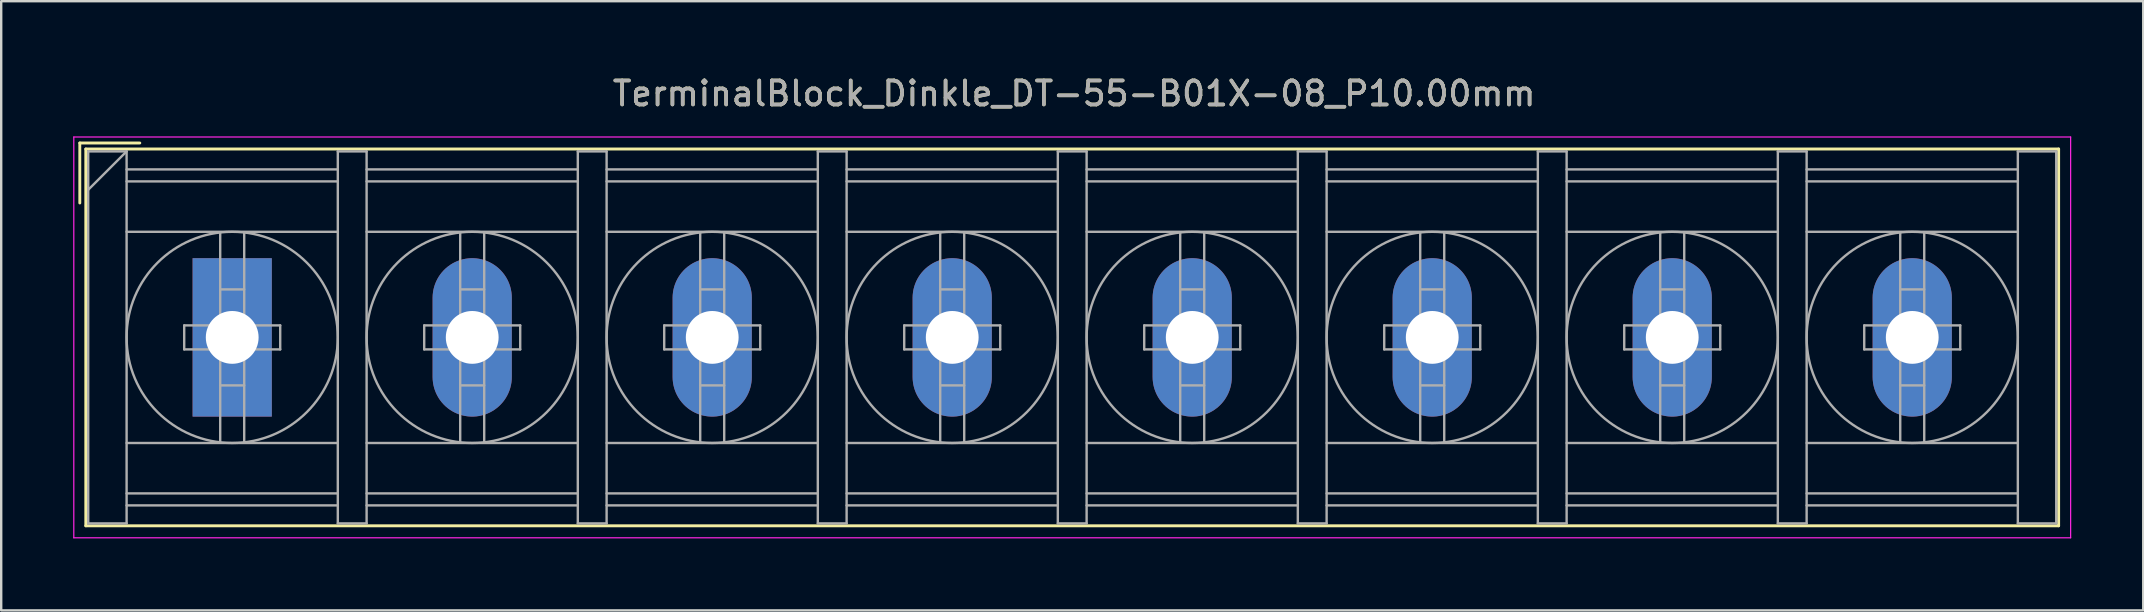
<source format=kicad_pcb>
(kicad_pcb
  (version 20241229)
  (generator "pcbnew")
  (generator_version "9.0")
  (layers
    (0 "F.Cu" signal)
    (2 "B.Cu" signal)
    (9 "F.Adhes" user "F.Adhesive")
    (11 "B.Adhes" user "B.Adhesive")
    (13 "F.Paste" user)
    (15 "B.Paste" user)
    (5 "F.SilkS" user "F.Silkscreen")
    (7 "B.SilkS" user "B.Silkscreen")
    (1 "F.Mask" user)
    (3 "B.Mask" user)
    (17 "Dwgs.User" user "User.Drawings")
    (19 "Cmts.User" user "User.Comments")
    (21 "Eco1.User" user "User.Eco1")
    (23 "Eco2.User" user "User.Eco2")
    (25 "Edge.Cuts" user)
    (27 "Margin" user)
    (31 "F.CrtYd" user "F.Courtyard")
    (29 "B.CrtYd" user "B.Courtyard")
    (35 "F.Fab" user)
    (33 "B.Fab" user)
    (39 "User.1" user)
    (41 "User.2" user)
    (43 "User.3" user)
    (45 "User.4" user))
  (footprint "TerminalBlock_Dinkle_DT-55-B01X-08_P10.00mm"
    (layer "F.Cu")
    (at 6.625 11.008)
    (property "Reference" "TerminalBlock_Dinkle_DT-55-B01X-08_P10.00mm" (at 35.08 -10.16 0) (layer "F.SilkS") (effects (font (size 1 1) (thickness 0.15))))
    (attr through_hole)
    (fp_line (start -6.35 -8.1) (end -3.85 -8.1) (stroke (width 0.12) (type solid)) (layer "F.SilkS"))
    (fp_line (start -6.35 -5.6) (end -6.35 -8.1) (stroke (width 0.12) (type solid)) (layer "F.SilkS"))
    (fp_line (start -6.1 -7.85) (end 76.1 -7.85) (stroke (width 0.12) (type solid)) (layer "F.SilkS"))
    (fp_line (start -6.1 7.85) (end -6.1 -7.85) (stroke (width 0.12) (type solid)) (layer "F.SilkS"))
    (fp_line (start -6.1 7.85) (end 76.1 7.85) (stroke (width 0.12) (type solid)) (layer "F.SilkS"))
    (fp_line (start 76.1 -7.85) (end 76.1 7.85) (stroke (width 0.12) (type solid)) (layer "F.SilkS"))
    (fp_line (start -6.6 -8.35) (end 76.6 -8.35) (stroke (width 0.05) (type solid)) (layer "F.CrtYd"))
    (fp_line (start -6.6 8.35) (end -6.6 -8.35) (stroke (width 0.05) (type solid)) (layer "F.CrtYd"))
    (fp_line (start -6.6 8.35) (end 76.6 8.35) (stroke (width 0.05) (type solid)) (layer "F.CrtYd"))
    (fp_line (start 76.6 -8.35) (end 76.6 8.35) (stroke (width 0.05) (type solid)) (layer "F.CrtYd"))
    (fp_line (start -6 -7.75) (end -6 7.75) (stroke (width 0.1) (type solid)) (layer "F.Fab"))
    (fp_line (start -6 -7.75) (end -4.4 -7.75) (stroke (width 0.1) (type solid)) (layer "F.Fab"))
    (fp_line (start -6 7.75) (end -4.4 7.75) (stroke (width 0.1) (type solid)) (layer "F.Fab"))
    (fp_line (start -4.4 -7.75) (end -6 -6.15) (stroke (width 0.1) (type solid)) (layer "F.Fab"))
    (fp_line (start -4.4 -7.75) (end -4.4 7.75) (stroke (width 0.1) (type solid)) (layer "F.Fab"))
    (fp_line (start -4.4 -7) (end 4.4 -7) (stroke (width 0.1) (type solid)) (layer "F.Fab"))
    (fp_line (start -4.4 -6.5) (end 4.4 -6.5) (stroke (width 0.1) (type solid)) (layer "F.Fab"))
    (fp_line (start -4.4 -4.4) (end 4.4 -4.4) (stroke (width 0.1) (type solid)) (layer "F.Fab"))
    (fp_line (start -4.4 4.4) (end 4.4 4.4) (stroke (width 0.1) (type solid)) (layer "F.Fab"))
    (fp_line (start -4.4 6.5) (end 4.4 6.5) (stroke (width 0.1) (type solid)) (layer "F.Fab"))
    (fp_line (start -4.4 7) (end 4.4 7) (stroke (width 0.1) (type solid)) (layer "F.Fab"))
    (fp_line (start -2 -0.5) (end -2 0.5) (stroke (width 0.1) (type solid)) (layer "F.Fab"))
    (fp_line (start -2 0.5) (end -0.5 0.5) (stroke (width 0.1) (type solid)) (layer "F.Fab"))
    (fp_line (start -0.5 -4.35) (end -0.5 -0.5) (stroke (width 0.1) (type solid)) (layer "F.Fab"))
    (fp_line (start -0.5 -2) (end 0.5 -2) (stroke (width 0.1) (type solid)) (layer "F.Fab"))
    (fp_line (start -0.5 -0.5) (end -2 -0.5) (stroke (width 0.1) (type solid)) (layer "F.Fab"))
    (fp_line (start -0.5 0.5) (end -0.5 4.35) (stroke (width 0.1) (type solid)) (layer "F.Fab"))
    (fp_line (start -0.5 2) (end 0.5 2) (stroke (width 0.1) (type solid)) (layer "F.Fab"))
    (fp_line (start 0.5 -4.35) (end 0.5 -0.5) (stroke (width 0.1) (type solid)) (layer "F.Fab"))
    (fp_line (start 0.5 -0.5) (end 2 -0.5) (stroke (width 0.1) (type solid)) (layer "F.Fab"))
    (fp_line (start 0.5 0.5) (end 0.5 4.35) (stroke (width 0.1) (type solid)) (layer "F.Fab"))
    (fp_line (start 2 -0.5) (end 2 0.5) (stroke (width 0.1) (type solid)) (layer "F.Fab"))
    (fp_line (start 2 0.5) (end 0.5 0.5) (stroke (width 0.1) (type solid)) (layer "F.Fab"))
    (fp_line (start 4.4 -7.75) (end 4.4 7.75) (stroke (width 0.1) (type solid)) (layer "F.Fab"))
    (fp_line (start 4.4 -7.75) (end 5.6 -7.75) (stroke (width 0.1) (type solid)) (layer "F.Fab"))
    (fp_line (start 4.4 7.75) (end 5.6 7.75) (stroke (width 0.1) (type solid)) (layer "F.Fab"))
    (fp_line (start 5.6 -7.75) (end 5.6 7.75) (stroke (width 0.1) (type solid)) (layer "F.Fab"))
    (fp_line (start 5.6 -7) (end 14.4 -7) (stroke (width 0.1) (type solid)) (layer "F.Fab"))
    (fp_line (start 5.6 -6.5) (end 14.4 -6.5) (stroke (width 0.1) (type solid)) (layer "F.Fab"))
    (fp_line (start 5.6 -4.4) (end 14.4 -4.4) (stroke (width 0.1) (type solid)) (layer "F.Fab"))
    (fp_line (start 5.6 4.4) (end 14.4 4.4) (stroke (width 0.1) (type solid)) (layer "F.Fab"))
    (fp_line (start 5.6 6.5) (end 14.4 6.5) (stroke (width 0.1) (type solid)) (layer "F.Fab"))
    (fp_line (start 5.6 7) (end 14.4 7) (stroke (width 0.1) (type solid)) (layer "F.Fab"))
    (fp_line (start 8 -0.5) (end 8 0.5) (stroke (width 0.1) (type solid)) (layer "F.Fab"))
    (fp_line (start 8 0.5) (end 9.5 0.5) (stroke (width 0.1) (type solid)) (layer "F.Fab"))
    (fp_line (start 9.5 -4.35) (end 9.5 -0.5) (stroke (width 0.1) (type solid)) (layer "F.Fab"))
    (fp_line (start 9.5 -2) (end 10.5 -2) (stroke (width 0.1) (type solid)) (layer "F.Fab"))
    (fp_line (start 9.5 -0.5) (end 8 -0.5) (stroke (width 0.1) (type solid)) (layer "F.Fab"))
    (fp_line (start 9.5 0.5) (end 9.5 4.35) (stroke (width 0.1) (type solid)) (layer "F.Fab"))
    (fp_line (start 9.5 2) (end 10.5 2) (stroke (width 0.1) (type solid)) (layer "F.Fab"))
    (fp_line (start 10.5 -4.35) (end 10.5 -0.5) (stroke (width 0.1) (type solid)) (layer "F.Fab"))
    (fp_line (start 10.5 -0.5) (end 12 -0.5) (stroke (width 0.1) (type solid)) (layer "F.Fab"))
    (fp_line (start 10.5 0.5) (end 10.5 4.35) (stroke (width 0.1) (type solid)) (layer "F.Fab"))
    (fp_line (start 12 -0.5) (end 12 0.5) (stroke (width 0.1) (type solid)) (layer "F.Fab"))
    (fp_line (start 12 0.5) (end 10.5 0.5) (stroke (width 0.1) (type solid)) (layer "F.Fab"))
    (fp_line (start 14.4 -7.75) (end 14.4 7.75) (stroke (width 0.1) (type solid)) (layer "F.Fab"))
    (fp_line (start 14.4 -7.75) (end 15.6 -7.75) (stroke (width 0.1) (type solid)) (layer "F.Fab"))
    (fp_line (start 14.4 7.75) (end 15.6 7.75) (stroke (width 0.1) (type solid)) (layer "F.Fab"))
    (fp_line (start 15.6 -7.75) (end 15.6 7.75) (stroke (width 0.1) (type solid)) (layer "F.Fab"))
    (fp_line (start 15.6 -7) (end 24.4 -7) (stroke (width 0.1) (type solid)) (layer "F.Fab"))
    (fp_line (start 15.6 -6.5) (end 24.4 -6.5) (stroke (width 0.1) (type solid)) (layer "F.Fab"))
    (fp_line (start 15.6 -4.4) (end 24.4 -4.4) (stroke (width 0.1) (type solid)) (layer "F.Fab"))
    (fp_line (start 15.6 4.4) (end 24.4 4.4) (stroke (width 0.1) (type solid)) (layer "F.Fab"))
    (fp_line (start 15.6 6.5) (end 24.4 6.5) (stroke (width 0.1) (type solid)) (layer "F.Fab"))
    (fp_line (start 15.6 7) (end 24.4 7) (stroke (width 0.1) (type solid)) (layer "F.Fab"))
    (fp_line (start 18 -0.5) (end 18 0.5) (stroke (width 0.1) (type solid)) (layer "F.Fab"))
    (fp_line (start 18 0.5) (end 19.5 0.5) (stroke (width 0.1) (type solid)) (layer "F.Fab"))
    (fp_line (start 19.5 -4.35) (end 19.5 -0.5) (stroke (width 0.1) (type solid)) (layer "F.Fab"))
    (fp_line (start 19.5 -2) (end 20.5 -2) (stroke (width 0.1) (type solid)) (layer "F.Fab"))
    (fp_line (start 19.5 -0.5) (end 18 -0.5) (stroke (width 0.1) (type solid)) (layer "F.Fab"))
    (fp_line (start 19.5 0.5) (end 19.5 4.35) (stroke (width 0.1) (type solid)) (layer "F.Fab"))
    (fp_line (start 19.5 2) (end 20.5 2) (stroke (width 0.1) (type solid)) (layer "F.Fab"))
    (fp_line (start 20.5 -4.35) (end 20.5 -0.5) (stroke (width 0.1) (type solid)) (layer "F.Fab"))
    (fp_line (start 20.5 -0.5) (end 22 -0.5) (stroke (width 0.1) (type solid)) (layer "F.Fab"))
    (fp_line (start 20.5 0.5) (end 20.5 4.35) (stroke (width 0.1) (type solid)) (layer "F.Fab"))
    (fp_line (start 22 -0.5) (end 22 0.5) (stroke (width 0.1) (type solid)) (layer "F.Fab"))
    (fp_line (start 22 0.5) (end 20.5 0.5) (stroke (width 0.1) (type solid)) (layer "F.Fab"))
    (fp_line (start 24.4 -7.75) (end 24.4 7.75) (stroke (width 0.1) (type solid)) (layer "F.Fab"))
    (fp_line (start 24.4 -7.75) (end 25.6 -7.75) (stroke (width 0.1) (type solid)) (layer "F.Fab"))
    (fp_line (start 24.4 7.75) (end 25.6 7.75) (stroke (width 0.1) (type solid)) (layer "F.Fab"))
    (fp_line (start 25.6 -7.75) (end 25.6 7.75) (stroke (width 0.1) (type solid)) (layer "F.Fab"))
    (fp_line (start 25.6 -7) (end 34.4 -7) (stroke (width 0.1) (type solid)) (layer "F.Fab"))
    (fp_line (start 25.6 -6.5) (end 34.4 -6.5) (stroke (width 0.1) (type solid)) (layer "F.Fab"))
    (fp_line (start 25.6 -4.4) (end 34.4 -4.4) (stroke (width 0.1) (type solid)) (layer "F.Fab"))
    (fp_line (start 25.6 4.4) (end 34.4 4.4) (stroke (width 0.1) (type solid)) (layer "F.Fab"))
    (fp_line (start 25.6 6.5) (end 34.4 6.5) (stroke (width 0.1) (type solid)) (layer "F.Fab"))
    (fp_line (start 25.6 7) (end 34.4 7) (stroke (width 0.1) (type solid)) (layer "F.Fab"))
    (fp_line (start 28 -0.5) (end 28 0.5) (stroke (width 0.1) (type solid)) (layer "F.Fab"))
    (fp_line (start 28 0.5) (end 29.5 0.5) (stroke (width 0.1) (type solid)) (layer "F.Fab"))
    (fp_line (start 29.5 -4.35) (end 29.5 -0.5) (stroke (width 0.1) (type solid)) (layer "F.Fab"))
    (fp_line (start 29.5 -2) (end 30.5 -2) (stroke (width 0.1) (type solid)) (layer "F.Fab"))
    (fp_line (start 29.5 -0.5) (end 28 -0.5) (stroke (width 0.1) (type solid)) (layer "F.Fab"))
    (fp_line (start 29.5 0.5) (end 29.5 4.35) (stroke (width 0.1) (type solid)) (layer "F.Fab"))
    (fp_line (start 29.5 2) (end 30.5 2) (stroke (width 0.1) (type solid)) (layer "F.Fab"))
    (fp_line (start 30.5 -4.35) (end 30.5 -0.5) (stroke (width 0.1) (type solid)) (layer "F.Fab"))
    (fp_line (start 30.5 -0.5) (end 32 -0.5) (stroke (width 0.1) (type solid)) (layer "F.Fab"))
    (fp_line (start 30.5 0.5) (end 30.5 4.35) (stroke (width 0.1) (type solid)) (layer "F.Fab"))
    (fp_line (start 32 -0.5) (end 32 0.5) (stroke (width 0.1) (type solid)) (layer "F.Fab"))
    (fp_line (start 32 0.5) (end 30.5 0.5) (stroke (width 0.1) (type solid)) (layer "F.Fab"))
    (fp_line (start 34.4 -7.75) (end 34.4 7.75) (stroke (width 0.1) (type solid)) (layer "F.Fab"))
    (fp_line (start 34.4 -7.75) (end 35.6 -7.75) (stroke (width 0.1) (type solid)) (layer "F.Fab"))
    (fp_line (start 34.4 7.75) (end 35.6 7.75) (stroke (width 0.1) (type solid)) (layer "F.Fab"))
    (fp_line (start 35.6 -7.75) (end 35.6 7.75) (stroke (width 0.1) (type solid)) (layer "F.Fab"))
    (fp_line (start 35.6 -7) (end 44.4 -7) (stroke (width 0.1) (type solid)) (layer "F.Fab"))
    (fp_line (start 35.6 -6.5) (end 44.4 -6.5) (stroke (width 0.1) (type solid)) (layer "F.Fab"))
    (fp_line (start 35.6 -4.4) (end 44.4 -4.4) (stroke (width 0.1) (type solid)) (layer "F.Fab"))
    (fp_line (start 35.6 4.4) (end 44.4 4.4) (stroke (width 0.1) (type solid)) (layer "F.Fab"))
    (fp_line (start 35.6 6.5) (end 44.4 6.5) (stroke (width 0.1) (type solid)) (layer "F.Fab"))
    (fp_line (start 35.6 7) (end 44.4 7) (stroke (width 0.1) (type solid)) (layer "F.Fab"))
    (fp_line (start 38 -0.5) (end 38 0.5) (stroke (width 0.1) (type solid)) (layer "F.Fab"))
    (fp_line (start 38 0.5) (end 39.5 0.5) (stroke (width 0.1) (type solid)) (layer "F.Fab"))
    (fp_line (start 39.5 -4.35) (end 39.5 -0.5) (stroke (width 0.1) (type solid)) (layer "F.Fab"))
    (fp_line (start 39.5 -2) (end 40.5 -2) (stroke (width 0.1) (type solid)) (layer "F.Fab"))
    (fp_line (start 39.5 -0.5) (end 38 -0.5) (stroke (width 0.1) (type solid)) (layer "F.Fab"))
    (fp_line (start 39.5 0.5) (end 39.5 4.35) (stroke (width 0.1) (type solid)) (layer "F.Fab"))
    (fp_line (start 39.5 2) (end 40.5 2) (stroke (width 0.1) (type solid)) (layer "F.Fab"))
    (fp_line (start 40.5 -4.35) (end 40.5 -0.5) (stroke (width 0.1) (type solid)) (layer "F.Fab"))
    (fp_line (start 40.5 -0.5) (end 42 -0.5) (stroke (width 0.1) (type solid)) (layer "F.Fab"))
    (fp_line (start 40.5 0.5) (end 40.5 4.35) (stroke (width 0.1) (type solid)) (layer "F.Fab"))
    (fp_line (start 42 -0.5) (end 42 0.5) (stroke (width 0.1) (type solid)) (layer "F.Fab"))
    (fp_line (start 42 0.5) (end 40.5 0.5) (stroke (width 0.1) (type solid)) (layer "F.Fab"))
    (fp_line (start 44.4 -7.75) (end 44.4 7.75) (stroke (width 0.1) (type solid)) (layer "F.Fab"))
    (fp_line (start 44.4 -7.75) (end 45.6 -7.75) (stroke (width 0.1) (type solid)) (layer "F.Fab"))
    (fp_line (start 44.4 7.75) (end 45.6 7.75) (stroke (width 0.1) (type solid)) (layer "F.Fab"))
    (fp_line (start 45.6 -7.75) (end 45.6 7.75) (stroke (width 0.1) (type solid)) (layer "F.Fab"))
    (fp_line (start 45.6 -7) (end 54.4 -7) (stroke (width 0.1) (type solid)) (layer "F.Fab"))
    (fp_line (start 45.6 -6.5) (end 54.4 -6.5) (stroke (width 0.1) (type solid)) (layer "F.Fab"))
    (fp_line (start 45.6 -4.4) (end 54.4 -4.4) (stroke (width 0.1) (type solid)) (layer "F.Fab"))
    (fp_line (start 45.6 4.4) (end 54.4 4.4) (stroke (width 0.1) (type solid)) (layer "F.Fab"))
    (fp_line (start 45.6 6.5) (end 54.4 6.5) (stroke (width 0.1) (type solid)) (layer "F.Fab"))
    (fp_line (start 45.6 7) (end 54.4 7) (stroke (width 0.1) (type solid)) (layer "F.Fab"))
    (fp_line (start 48 -0.5) (end 48 0.5) (stroke (width 0.1) (type solid)) (layer "F.Fab"))
    (fp_line (start 48 0.5) (end 49.5 0.5) (stroke (width 0.1) (type solid)) (layer "F.Fab"))
    (fp_line (start 49.5 -4.35) (end 49.5 -0.5) (stroke (width 0.1) (type solid)) (layer "F.Fab"))
    (fp_line (start 49.5 -2) (end 50.5 -2) (stroke (width 0.1) (type solid)) (layer "F.Fab"))
    (fp_line (start 49.5 -0.5) (end 48 -0.5) (stroke (width 0.1) (type solid)) (layer "F.Fab"))
    (fp_line (start 49.5 0.5) (end 49.5 4.35) (stroke (width 0.1) (type solid)) (layer "F.Fab"))
    (fp_line (start 49.5 2) (end 50.5 2) (stroke (width 0.1) (type solid)) (layer "F.Fab"))
    (fp_line (start 50.5 -4.35) (end 50.5 -0.5) (stroke (width 0.1) (type solid)) (layer "F.Fab"))
    (fp_line (start 50.5 -0.5) (end 52 -0.5) (stroke (width 0.1) (type solid)) (layer "F.Fab"))
    (fp_line (start 50.5 0.5) (end 50.5 4.35) (stroke (width 0.1) (type solid)) (layer "F.Fab"))
    (fp_line (start 52 -0.5) (end 52 0.5) (stroke (width 0.1) (type solid)) (layer "F.Fab"))
    (fp_line (start 52 0.5) (end 50.5 0.5) (stroke (width 0.1) (type solid)) (layer "F.Fab"))
    (fp_line (start 54.4 -7.75) (end 54.4 7.75) (stroke (width 0.1) (type solid)) (layer "F.Fab"))
    (fp_line (start 54.4 -7.75) (end 55.6 -7.75) (stroke (width 0.1) (type solid)) (layer "F.Fab"))
    (fp_line (start 54.4 7.75) (end 55.6 7.75) (stroke (width 0.1) (type solid)) (layer "F.Fab"))
    (fp_line (start 55.6 -7.75) (end 55.6 7.75) (stroke (width 0.1) (type solid)) (layer "F.Fab"))
    (fp_line (start 55.6 -7) (end 64.4 -7) (stroke (width 0.1) (type solid)) (layer "F.Fab"))
    (fp_line (start 55.6 -6.5) (end 64.4 -6.5) (stroke (width 0.1) (type solid)) (layer "F.Fab"))
    (fp_line (start 55.6 -4.4) (end 64.4 -4.4) (stroke (width 0.1) (type solid)) (layer "F.Fab"))
    (fp_line (start 55.6 4.4) (end 64.4 4.4) (stroke (width 0.1) (type solid)) (layer "F.Fab"))
    (fp_line (start 55.6 6.5) (end 64.4 6.5) (stroke (width 0.1) (type solid)) (layer "F.Fab"))
    (fp_line (start 55.6 7) (end 64.4 7) (stroke (width 0.1) (type solid)) (layer "F.Fab"))
    (fp_line (start 58 -0.5) (end 58 0.5) (stroke (width 0.1) (type solid)) (layer "F.Fab"))
    (fp_line (start 58 0.5) (end 59.5 0.5) (stroke (width 0.1) (type solid)) (layer "F.Fab"))
    (fp_line (start 59.5 -4.35) (end 59.5 -0.5) (stroke (width 0.1) (type solid)) (layer "F.Fab"))
    (fp_line (start 59.5 -2) (end 60.5 -2) (stroke (width 0.1) (type solid)) (layer "F.Fab"))
    (fp_line (start 59.5 -0.5) (end 58 -0.5) (stroke (width 0.1) (type solid)) (layer "F.Fab"))
    (fp_line (start 59.5 0.5) (end 59.5 4.35) (stroke (width 0.1) (type solid)) (layer "F.Fab"))
    (fp_line (start 59.5 2) (end 60.5 2) (stroke (width 0.1) (type solid)) (layer "F.Fab"))
    (fp_line (start 60.5 -4.35) (end 60.5 -0.5) (stroke (width 0.1) (type solid)) (layer "F.Fab"))
    (fp_line (start 60.5 -0.5) (end 62 -0.5) (stroke (width 0.1) (type solid)) (layer "F.Fab"))
    (fp_line (start 60.5 0.5) (end 60.5 4.35) (stroke (width 0.1) (type solid)) (layer "F.Fab"))
    (fp_line (start 62 -0.5) (end 62 0.5) (stroke (width 0.1) (type solid)) (layer "F.Fab"))
    (fp_line (start 62 0.5) (end 60.5 0.5) (stroke (width 0.1) (type solid)) (layer "F.Fab"))
    (fp_line (start 64.4 -7.75) (end 64.4 7.75) (stroke (width 0.1) (type solid)) (layer "F.Fab"))
    (fp_line (start 64.4 -7.75) (end 65.6 -7.75) (stroke (width 0.1) (type solid)) (layer "F.Fab"))
    (fp_line (start 64.4 7.75) (end 65.6 7.75) (stroke (width 0.1) (type solid)) (layer "F.Fab"))
    (fp_line (start 65.6 -7.75) (end 65.6 7.75) (stroke (width 0.1) (type solid)) (layer "F.Fab"))
    (fp_line (start 65.6 -7) (end 74.4 -7) (stroke (width 0.1) (type solid)) (layer "F.Fab"))
    (fp_line (start 65.6 -6.5) (end 74.4 -6.5) (stroke (width 0.1) (type solid)) (layer "F.Fab"))
    (fp_line (start 65.6 -4.4) (end 74.4 -4.4) (stroke (width 0.1) (type solid)) (layer "F.Fab"))
    (fp_line (start 65.6 4.4) (end 74.4 4.4) (stroke (width 0.1) (type solid)) (layer "F.Fab"))
    (fp_line (start 65.6 6.5) (end 74.4 6.5) (stroke (width 0.1) (type solid)) (layer "F.Fab"))
    (fp_line (start 65.6 7) (end 74.4 7) (stroke (width 0.1) (type solid)) (layer "F.Fab"))
    (fp_line (start 68 -0.5) (end 68 0.5) (stroke (width 0.1) (type solid)) (layer "F.Fab"))
    (fp_line (start 68 0.5) (end 69.5 0.5) (stroke (width 0.1) (type solid)) (layer "F.Fab"))
    (fp_line (start 69.5 -4.35) (end 69.5 -0.5) (stroke (width 0.1) (type solid)) (layer "F.Fab"))
    (fp_line (start 69.5 -2) (end 70.5 -2) (stroke (width 0.1) (type solid)) (layer "F.Fab"))
    (fp_line (start 69.5 -0.5) (end 68 -0.5) (stroke (width 0.1) (type solid)) (layer "F.Fab"))
    (fp_line (start 69.5 0.5) (end 69.5 4.35) (stroke (width 0.1) (type solid)) (layer "F.Fab"))
    (fp_line (start 69.5 2) (end 70.5 2) (stroke (width 0.1) (type solid)) (layer "F.Fab"))
    (fp_line (start 70.5 -4.35) (end 70.5 -0.5) (stroke (width 0.1) (type solid)) (layer "F.Fab"))
    (fp_line (start 70.5 -0.5) (end 72 -0.5) (stroke (width 0.1) (type solid)) (layer "F.Fab"))
    (fp_line (start 70.5 0.5) (end 70.5 4.35) (stroke (width 0.1) (type solid)) (layer "F.Fab"))
    (fp_line (start 72 -0.5) (end 72 0.5) (stroke (width 0.1) (type solid)) (layer "F.Fab"))
    (fp_line (start 72 0.5) (end 70.5 0.5) (stroke (width 0.1) (type solid)) (layer "F.Fab"))
    (fp_line (start 74.4 -7.75) (end 74.4 7.75) (stroke (width 0.1) (type solid)) (layer "F.Fab"))
    (fp_line (start 74.4 -7.75) (end 76 -7.75) (stroke (width 0.1) (type solid)) (layer "F.Fab"))
    (fp_line (start 74.4 7.75) (end 76 7.75) (stroke (width 0.1) (type solid)) (layer "F.Fab"))
    (fp_line (start 76 -7.75) (end 76 7.75) (stroke (width 0.1) (type solid)) (layer "F.Fab"))
    (fp_circle (center 0 0) (end 0.5 0.5) (stroke (width 0.1) (type solid)) (fill no) (layer "F.Fab"))
    (fp_circle (center 0 0) (end 4.4 0) (stroke (width 0.1) (type solid)) (fill no) (layer "F.Fab"))
    (fp_circle (center 10 0) (end 10.5 0.5) (stroke (width 0.1) (type solid)) (fill no) (layer "F.Fab"))
    (fp_circle (center 10 0) (end 14.4 0) (stroke (width 0.1) (type solid)) (fill no) (layer "F.Fab"))
    (fp_circle (center 20 0) (end 20.5 0.5) (stroke (width 0.1) (type solid)) (fill no) (layer "F.Fab"))
    (fp_circle (center 20 0) (end 24.4 0) (stroke (width 0.1) (type solid)) (fill no) (layer "F.Fab"))
    (fp_circle (center 30 0) (end 30.5 0.5) (stroke (width 0.1) (type solid)) (fill no) (layer "F.Fab"))
    (fp_circle (center 30 0) (end 34.4 0) (stroke (width 0.1) (type solid)) (fill no) (layer "F.Fab"))
    (fp_circle (center 40 0) (end 40.5 0.5) (stroke (width 0.1) (type solid)) (fill no) (layer "F.Fab"))
    (fp_circle (center 40 0) (end 44.4 0) (stroke (width 0.1) (type solid)) (fill no) (layer "F.Fab"))
    (fp_circle (center 50 0) (end 50.5 0.5) (stroke (width 0.1) (type solid)) (fill no) (layer "F.Fab"))
    (fp_circle (center 50 0) (end 54.4 0) (stroke (width 0.1) (type solid)) (fill no) (layer "F.Fab"))
    (fp_circle (center 60 0) (end 60.5 0.5) (stroke (width 0.1) (type solid)) (fill no) (layer "F.Fab"))
    (fp_circle (center 60 0) (end 64.4 0) (stroke (width 0.1) (type solid)) (fill no) (layer "F.Fab"))
    (fp_circle (center 70 0) (end 70.5 0.5) (stroke (width 0.1) (type solid)) (fill no) (layer "F.Fab"))
    (fp_circle (center 70 0) (end 74.4 0) (stroke (width 0.1) (type solid)) (fill no) (layer "F.Fab"))
    (fp_text user "${REFERENCE}" (at 35.08 -10.16 0) (layer "F.Fab") (effects (font (size 1 1) (thickness 0.15))))
    (pad "1" thru_hole rect (at 0 0) (size 3.3 6.6) (drill 2.2) (layers "*.Cu" "*.Mask"))
    (pad "2" thru_hole oval (at 10 0) (size 3.3 6.6) (drill 2.2) (layers "*.Cu" "*.Mask"))
    (pad "3" thru_hole oval (at 20 0) (size 3.3 6.6) (drill 2.2) (layers "*.Cu" "*.Mask"))
    (pad "4" thru_hole oval (at 30 0) (size 3.3 6.6) (drill 2.2) (layers "*.Cu" "*.Mask"))
    (pad "5" thru_hole oval (at 40 0) (size 3.3 6.6) (drill 2.2) (layers "*.Cu" "*.Mask"))
    (pad "6" thru_hole oval (at 50 0) (size 3.3 6.6) (drill 2.2) (layers "*.Cu" "*.Mask"))
    (pad "7" thru_hole oval (at 60 0) (size 3.3 6.6) (drill 2.2) (layers "*.Cu" "*.Mask"))
    (pad "8" thru_hole oval (at 70 0) (size 3.3 6.6) (drill 2.2) (layers "*.Cu" "*.Mask")))
  (gr_rect
    (start -3 -3)
    (end 86.25 22.383)
    (stroke (width 0.1) (type default))
    (fill no)
    (layer "Edge.Cuts")))
</source>
